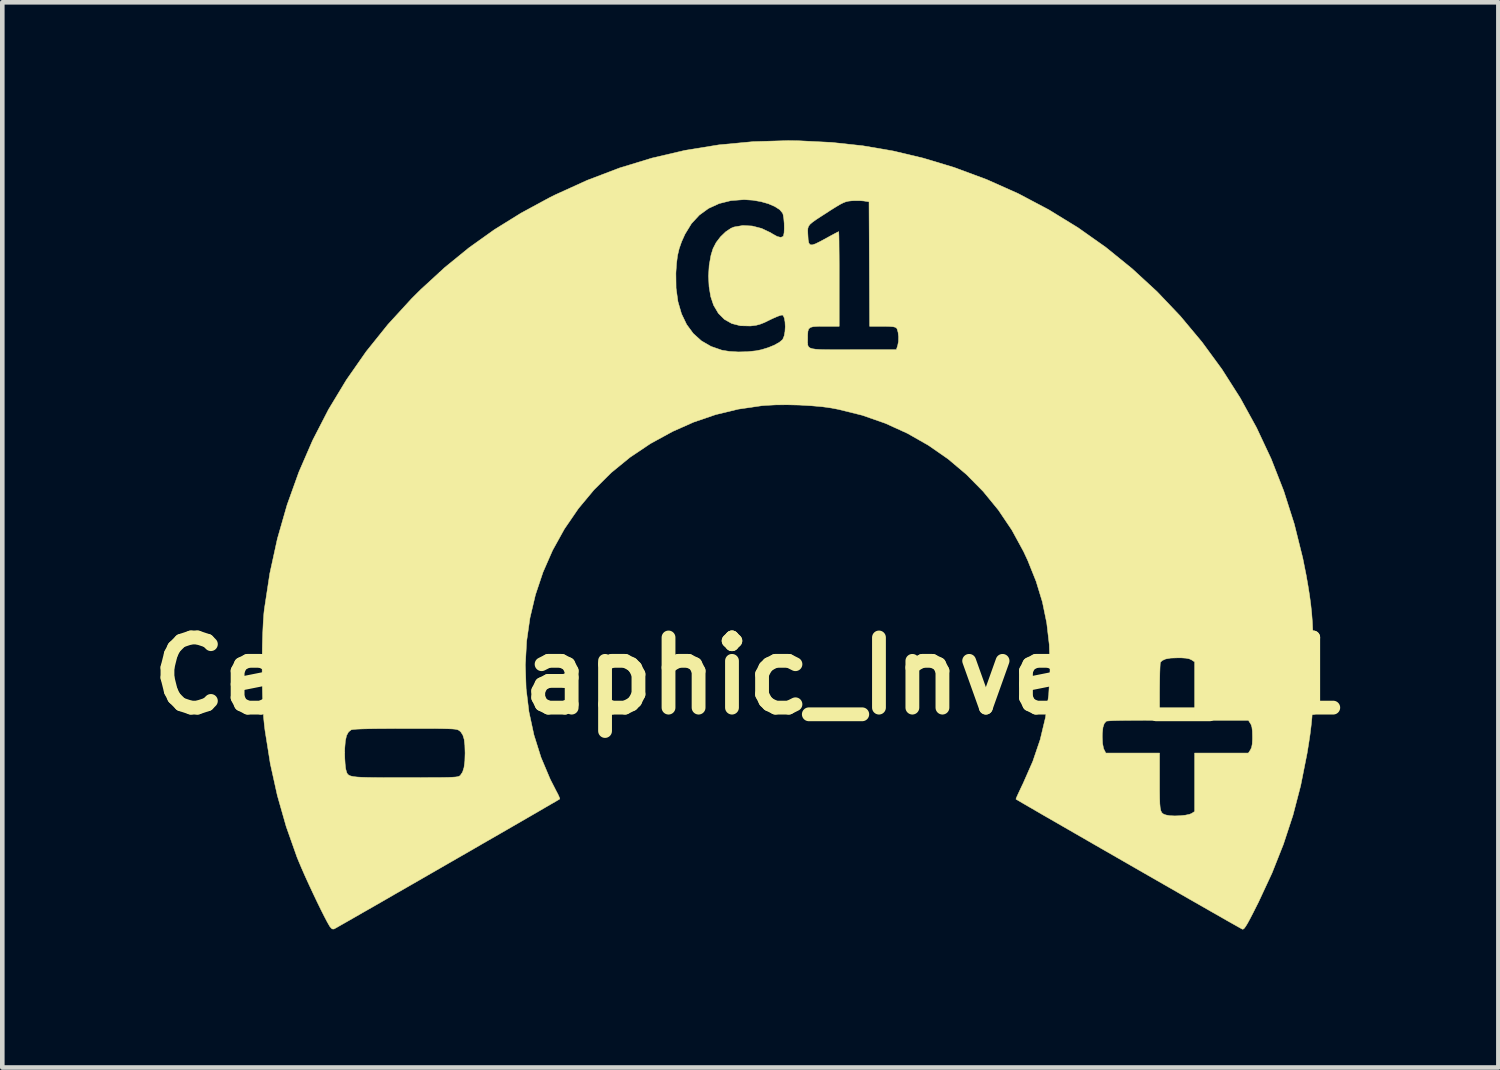
<source format=kicad_pcb>
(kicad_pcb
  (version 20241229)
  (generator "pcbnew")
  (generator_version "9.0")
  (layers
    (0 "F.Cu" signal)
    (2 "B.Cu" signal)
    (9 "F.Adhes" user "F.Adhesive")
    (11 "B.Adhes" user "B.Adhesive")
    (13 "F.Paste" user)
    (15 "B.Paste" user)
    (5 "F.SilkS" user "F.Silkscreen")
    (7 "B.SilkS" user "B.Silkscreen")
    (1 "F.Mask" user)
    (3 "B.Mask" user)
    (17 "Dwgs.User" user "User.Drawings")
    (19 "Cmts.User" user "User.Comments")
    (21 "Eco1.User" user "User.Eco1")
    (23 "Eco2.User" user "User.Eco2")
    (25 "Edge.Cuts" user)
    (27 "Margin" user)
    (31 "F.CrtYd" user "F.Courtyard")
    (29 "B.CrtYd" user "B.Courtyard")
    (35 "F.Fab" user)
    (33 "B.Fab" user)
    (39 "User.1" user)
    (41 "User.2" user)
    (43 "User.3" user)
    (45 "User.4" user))
  (footprint "Cell_Graphic_Invert_C1"
    (layer "F.Cu")
    (at 13.252 11.634)
    (property "Reference" "Cell_Graphic_Invert_C1" (at 0 0 0) (layer "F.SilkS") (effects (font (size 1.524 1.524) (thickness 0.3))))
    (attr through_hole)
    (fp_poly (pts (xy 1.067 -11.625) (xy 1.768 -11.59) (xy 2.444 -11.517) (xy 3.103 -11.404) (xy 3.755 -11.249) (xy 4.409 -11.052) (xy 4.42 -11.049) (xy 5.134 -10.784) (xy 5.822 -10.477) (xy 6.484 -10.127) (xy 7.118 -9.738) (xy 7.722 -9.311) (xy 8.294 -8.847) (xy 8.835 -8.349) (xy 9.341 -7.817) (xy 9.812 -7.253) (xy 10.247 -6.659) (xy 10.643 -6.037) (xy 10.999 -5.389) (xy 11.315 -4.715) (xy 11.588 -4.018) (xy 11.817 -3.299) (xy 12.001 -2.56) (xy 12.076 -2.184) (xy 12.116 -1.954) (xy 12.149 -1.746) (xy 12.175 -1.552) (xy 12.195 -1.362) (xy 12.21 -1.166) (xy 12.22 -0.954) (xy 12.226 -0.718) (xy 12.229 -0.448) (xy 12.23 -0.216) (xy 12.229 0.075) (xy 12.226 0.324) (xy 12.221 0.541) (xy 12.212 0.734) (xy 12.2 0.914) (xy 12.182 1.089) (xy 12.16 1.268) (xy 12.131 1.462) (xy 12.096 1.678) (xy 12.089 1.714) (xy 11.956 2.383) (xy 11.788 3.028) (xy 11.581 3.658) (xy 11.333 4.284) (xy 11.039 4.916) (xy 11.016 4.961) (xy 10.927 5.138) (xy 10.857 5.273) (xy 10.803 5.373) (xy 10.762 5.44) (xy 10.732 5.482) (xy 10.709 5.501) (xy 10.691 5.504) (xy 10.691 5.504) (xy 10.665 5.49) (xy 10.599 5.453) (xy 10.496 5.395) (xy 10.359 5.318) (xy 10.192 5.222) (xy 9.998 5.112) (xy 9.78 4.987) (xy 9.543 4.852) (xy 9.289 4.706) (xy 9.022 4.553) (xy 8.745 4.394) (xy 8.462 4.232) (xy 8.177 4.068) (xy 7.892 3.904) (xy 7.611 3.743) (xy 7.337 3.585) (xy 7.075 3.434) (xy 6.827 3.291) (xy 6.596 3.158) (xy 6.387 3.038) (xy 6.203 2.931) (xy 6.046 2.84) (xy 5.922 2.768) (xy 5.832 2.715) (xy 5.781 2.685) (xy 5.77 2.678) (xy 5.777 2.654) (xy 5.804 2.593) (xy 5.846 2.502) (xy 5.899 2.39) (xy 5.927 2.332) (xy 6.136 1.857) (xy 6.297 1.383) (xy 6.312 1.32) (xy 7.645 1.32) (xy 7.652 1.468) (xy 7.672 1.572) (xy 7.684 1.601) (xy 7.723 1.676) (xy 8.89 1.676) (xy 8.89 2.294) (xy 8.89 2.498) (xy 8.892 2.657) (xy 8.896 2.778) (xy 8.904 2.866) (xy 8.917 2.927) (xy 8.936 2.968) (xy 8.962 2.994) (xy 8.996 3.011) (xy 9.03 3.022) (xy 9.112 3.037) (xy 9.22 3.042) (xy 9.338 3.038) (xy 9.451 3.026) (xy 9.541 3.007) (xy 9.586 2.989) (xy 9.652 2.945) (xy 9.652 1.676) (xy 10.819 1.676) (xy 10.864 1.608) (xy 10.889 1.555) (xy 10.903 1.482) (xy 10.909 1.376) (xy 10.909 1.321) (xy 10.906 1.198) (xy 10.896 1.113) (xy 10.876 1.053) (xy 10.864 1.034) (xy 10.819 0.965) (xy 9.652 0.965) (xy 9.652 -0.304) (xy 9.585 -0.348) (xy 9.534 -0.371) (xy 9.463 -0.385) (xy 9.36 -0.392) (xy 9.286 -0.392) (xy 9.132 -0.387) (xy 9.021 -0.367) (xy 8.947 -0.333) (xy 8.909 -0.295) (xy 8.904 -0.262) (xy 8.9 -0.187) (xy 8.896 -0.075) (xy 8.893 0.066) (xy 8.891 0.228) (xy 8.89 0.349) (xy 8.89 0.965) (xy 8.325 0.966) (xy 8.159 0.967) (xy 8.011 0.969) (xy 7.886 0.972) (xy 7.794 0.977) (xy 7.741 0.982) (xy 7.732 0.985) (xy 7.688 1.035) (xy 7.66 1.12) (xy 7.647 1.246) (xy 7.645 1.32) (xy 6.312 1.32) (xy 6.412 0.902) (xy 6.482 0.408) (xy 6.51 -0.109) (xy 6.51 -0.178) (xy 6.494 -0.677) (xy 6.439 -1.149) (xy 6.345 -1.605) (xy 6.208 -2.054) (xy 6.027 -2.506) (xy 5.934 -2.705) (xy 5.681 -3.169) (xy 5.388 -3.604) (xy 5.058 -4.007) (xy 4.692 -4.378) (xy 4.295 -4.713) (xy 3.867 -5.01) (xy 3.412 -5.269) (xy 2.933 -5.487) (xy 2.432 -5.662) (xy 1.911 -5.791) (xy 1.765 -5.819) (xy 1.561 -5.848) (xy 1.322 -5.869) (xy 1.064 -5.884) (xy 0.801 -5.89) (xy 0.55 -5.888) (xy 0.325 -5.876) (xy 0.25 -5.87) (xy -0.262 -5.795) (xy -0.754 -5.676) (xy -1.234 -5.512) (xy -1.689 -5.31) (xy -2.17 -5.047) (xy -2.614 -4.749) (xy -3.023 -4.415) (xy -3.396 -4.044) (xy -3.735 -3.637) (xy -4.04 -3.192) (xy -4.044 -3.185) (xy -4.297 -2.728) (xy -4.505 -2.253) (xy -4.669 -1.763) (xy -4.788 -1.261) (xy -4.861 -0.752) (xy -4.889 -0.239) (xy -4.872 0.274) (xy -4.81 0.782) (xy -4.702 1.283) (xy -4.548 1.772) (xy -4.348 2.246) (xy -4.221 2.494) (xy -4.178 2.576) (xy -4.15 2.639) (xy -4.14 2.672) (xy -4.141 2.674) (xy -4.165 2.689) (xy -4.23 2.728) (xy -4.333 2.787) (xy -4.469 2.866) (xy -4.635 2.963) (xy -4.829 3.075) (xy -5.045 3.2) (xy -5.282 3.337) (xy -5.535 3.483) (xy -5.802 3.636) (xy -6.078 3.796) (xy -6.36 3.958) (xy -6.645 4.122) (xy -6.93 4.286) (xy -7.211 4.448) (xy -7.484 4.605) (xy -7.746 4.755) (xy -7.993 4.898) (xy -8.223 5.03) (xy -8.432 5.149) (xy -8.616 5.255) (xy -8.772 5.344) (xy -8.897 5.415) (xy -8.986 5.466) (xy -9.037 5.494) (xy -9.048 5.5) (xy -9.088 5.497) (xy -9.131 5.452) (xy -9.144 5.432) (xy -9.192 5.348) (xy -9.256 5.226) (xy -9.332 5.075) (xy -9.416 4.903) (xy -9.504 4.718) (xy -9.592 4.529) (xy -9.676 4.345) (xy -9.751 4.174) (xy -9.814 4.025) (xy -9.85 3.937) (xy -10.085 3.271) (xy -10.277 2.597) (xy -10.43 1.906) (xy -10.467 1.671) (xy -8.814 1.671) (xy -8.811 1.794) (xy -8.804 1.909) (xy -8.795 1.999) (xy -8.787 2.038) (xy -8.776 2.077) (xy -8.765 2.11) (xy -8.748 2.137) (xy -8.722 2.158) (xy -8.682 2.175) (xy -8.623 2.188) (xy -8.542 2.197) (xy -8.434 2.203) (xy -8.295 2.207) (xy -8.121 2.209) (xy -7.906 2.21) (xy -7.647 2.21) (xy -7.5 2.21) (xy -7.228 2.21) (xy -7.002 2.209) (xy -6.818 2.209) (xy -6.672 2.207) (xy -6.557 2.205) (xy -6.471 2.201) (xy -6.409 2.197) (xy -6.365 2.191) (xy -6.336 2.183) (xy -6.317 2.174) (xy -6.303 2.163) (xy -6.301 2.161) (xy -6.253 2.091) (xy -6.221 1.989) (xy -6.203 1.849) (xy -6.198 1.676) (xy -6.203 1.506) (xy -6.218 1.378) (xy -6.247 1.285) (xy -6.29 1.219) (xy -6.316 1.195) (xy -6.334 1.182) (xy -6.354 1.172) (xy -6.382 1.164) (xy -6.423 1.157) (xy -6.481 1.152) (xy -6.561 1.149) (xy -6.668 1.146) (xy -6.806 1.144) (xy -6.98 1.143) (xy -7.195 1.143) (xy -7.455 1.143) (xy -7.495 1.143) (xy -7.8 1.144) (xy -8.057 1.145) (xy -8.266 1.148) (xy -8.43 1.152) (xy -8.551 1.157) (xy -8.631 1.164) (xy -8.67 1.171) (xy -8.672 1.172) (xy -8.73 1.218) (xy -8.773 1.296) (xy -8.799 1.413) (xy -8.812 1.571) (xy -8.814 1.671) (xy -10.467 1.671) (xy -10.544 1.189) (xy -10.559 1.067) (xy -10.576 0.894) (xy -10.589 0.679) (xy -10.598 0.434) (xy -10.604 0.166) (xy -10.607 -0.114) (xy -10.606 -0.396) (xy -10.602 -0.671) (xy -10.594 -0.93) (xy -10.583 -1.163) (xy -10.569 -1.359) (xy -10.559 -1.448) (xy -10.441 -2.223) (xy -10.276 -2.979) (xy -10.065 -3.715) (xy -9.809 -4.429) (xy -9.509 -5.12) (xy -9.165 -5.788) (xy -8.777 -6.43) (xy -8.347 -7.046) (xy -7.874 -7.635) (xy -7.36 -8.196) (xy -7.16 -8.395) (xy -6.773 -8.75) (xy -1.618 -8.75) (xy -1.614 -8.425) (xy -1.573 -8.13) (xy -1.496 -7.866) (xy -1.385 -7.635) (xy -1.241 -7.439) (xy -1.064 -7.279) (xy -0.855 -7.158) (xy -0.616 -7.075) (xy -0.615 -7.075) (xy -0.452 -7.049) (xy -0.261 -7.038) (xy -0.062 -7.043) (xy 0.126 -7.063) (xy 0.239 -7.086) (xy 0.389 -7.132) (xy 0.521 -7.186) (xy 0.589 -7.224) (xy 1.243 -7.224) (xy 1.249 -7.182) (xy 1.264 -7.149) (xy 1.295 -7.125) (xy 1.345 -7.108) (xy 1.419 -7.097) (xy 1.522 -7.09) (xy 1.659 -7.087) (xy 1.833 -7.086) (xy 2.051 -7.086) (xy 2.234 -7.087) (xy 3.171 -7.087) (xy 3.201 -7.178) (xy 3.218 -7.266) (xy 3.22 -7.368) (xy 3.209 -7.465) (xy 3.187 -7.539) (xy 3.176 -7.556) (xy 3.149 -7.574) (xy 3.101 -7.586) (xy 3.021 -7.592) (xy 2.901 -7.595) (xy 2.867 -7.595) (xy 2.591 -7.595) (xy 2.585 -8.947) (xy 2.578 -10.3) (xy 2.464 -10.318) (xy 2.372 -10.325) (xy 2.261 -10.325) (xy 2.194 -10.321) (xy 2.132 -10.314) (xy 2.076 -10.301) (xy 2.017 -10.278) (xy 1.946 -10.242) (xy 1.853 -10.186) (xy 1.73 -10.109) (xy 1.688 -10.081) (xy 1.54 -9.986) (xy 1.428 -9.913) (xy 1.349 -9.856) (xy 1.296 -9.811) (xy 1.265 -9.769) (xy 1.25 -9.727) (xy 1.246 -9.677) (xy 1.248 -9.615) (xy 1.25 -9.58) (xy 1.256 -9.476) (xy 1.269 -9.406) (xy 1.296 -9.369) (xy 1.342 -9.363) (xy 1.415 -9.387) (xy 1.52 -9.439) (xy 1.624 -9.495) (xy 1.731 -9.554) (xy 1.822 -9.603) (xy 1.887 -9.637) (xy 1.918 -9.652) (xy 1.919 -9.652) (xy 1.921 -9.627) (xy 1.924 -9.558) (xy 1.926 -9.447) (xy 1.927 -9.303) (xy 1.929 -9.128) (xy 1.93 -8.93) (xy 1.93 -8.713) (xy 1.93 -8.623) (xy 1.93 -7.595) (xy 1.614 -7.595) (xy 1.47 -7.594) (xy 1.37 -7.588) (xy 1.305 -7.571) (xy 1.267 -7.538) (xy 1.25 -7.484) (xy 1.245 -7.404) (xy 1.245 -7.341) (xy 1.244 -7.276) (xy 1.243 -7.224) (xy 0.589 -7.224) (xy 0.627 -7.245) (xy 0.696 -7.302) (xy 0.706 -7.317) (xy 0.735 -7.388) (xy 0.752 -7.482) (xy 0.758 -7.587) (xy 0.753 -7.689) (xy 0.738 -7.774) (xy 0.712 -7.829) (xy 0.696 -7.84) (xy 0.66 -7.835) (xy 0.589 -7.81) (xy 0.497 -7.77) (xy 0.425 -7.736) (xy 0.305 -7.677) (xy 0.21 -7.64) (xy 0.124 -7.617) (xy 0.028 -7.605) (xy -0.001 -7.602) (xy -0.215 -7.607) (xy -0.403 -7.655) (xy -0.563 -7.745) (xy -0.695 -7.877) (xy -0.797 -8.05) (xy -0.799 -8.053) (xy -0.861 -8.239) (xy -0.897 -8.454) (xy -0.909 -8.686) (xy -0.895 -8.919) (xy -0.855 -9.141) (xy -0.811 -9.284) (xy -0.744 -9.414) (xy -0.649 -9.539) (xy -0.537 -9.647) (xy -0.421 -9.725) (xy -0.356 -9.752) (xy -0.164 -9.785) (xy 0.04 -9.774) (xy 0.245 -9.721) (xy 0.439 -9.629) (xy 0.483 -9.601) (xy 0.583 -9.546) (xy 0.66 -9.527) (xy 0.709 -9.546) (xy 0.721 -9.565) (xy 0.733 -9.629) (xy 0.737 -9.723) (xy 0.735 -9.832) (xy 0.726 -9.937) (xy 0.712 -10.02) (xy 0.7 -10.055) (xy 0.637 -10.13) (xy 0.531 -10.198) (xy 0.392 -10.258) (xy 0.23 -10.304) (xy 0.052 -10.335) (xy -0.132 -10.347) (xy -0.14 -10.347) (xy -0.421 -10.326) (xy -0.678 -10.262) (xy -0.908 -10.157) (xy -1.109 -10.011) (xy -1.28 -9.826) (xy -1.417 -9.602) (xy -1.422 -9.593) (xy -1.494 -9.433) (xy -1.546 -9.285) (xy -1.582 -9.133) (xy -1.604 -8.962) (xy -1.618 -8.756) (xy -1.618 -8.75) (xy -6.773 -8.75) (xy -6.643 -8.87) (xy -6.114 -9.301) (xy -5.563 -9.694) (xy -4.983 -10.054) (xy -4.367 -10.388) (xy -4.245 -10.449) (xy -3.548 -10.766) (xy -2.845 -11.034) (xy -2.134 -11.251) (xy -1.414 -11.419) (xy -0.683 -11.537) (xy 0.061 -11.607) (xy 0.819 -11.629) (xy 1.067 -11.625)) (stroke (width 0.01) (type solid)) (fill yes) (layer "F.SilkS")))
  (gr_rect
    (start -3 -3)
    (end 29.503 20.142)
    (stroke (width 0.1) (type default))
    (fill no)
    (layer "Edge.Cuts")))
</source>
